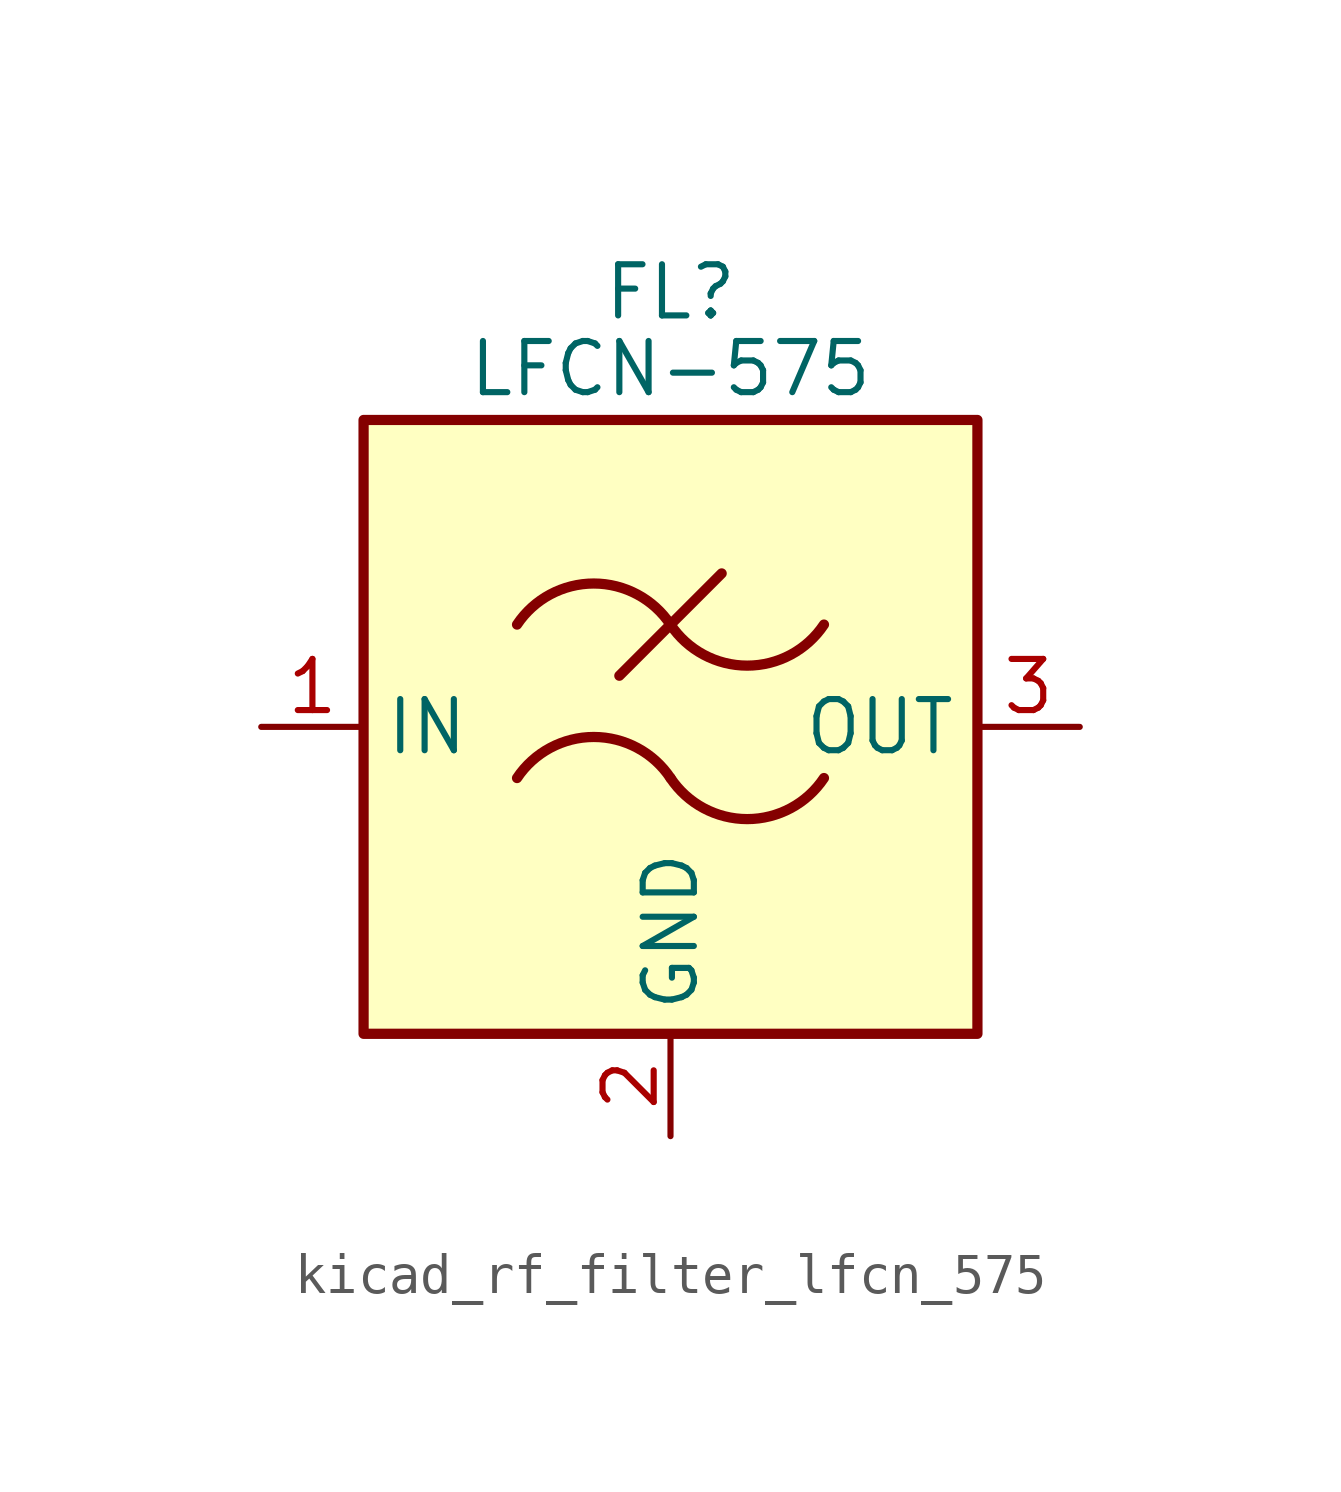
<source format=kicad_sym>
(kicad_symbol_lib
  (version 20220914)
  (generator kicad_symbol_editor)
  (symbol "kicad_rf_filter_lfcn_575"
    (property "Reference" "FL"
      (at 0 10.795 0)
      (effects (font (size 1.27 1.27))))
    (property "Value" "LFCN-575"
      (at 0 8.89 0)
      (effects (font (size 1.27 1.27))))
    (symbol "kicad_rf_filter_lfcn_575_0_1"
      (rectangle (start -7.62 7.62) (end 7.62 -7.62) (stroke (width 0.254) (type default)) (fill (type background)))
      (arc (start 0 -1.27) (mid -1.905 -0.2505) (end -3.81 -1.27) (stroke (width 0.254) (type default)) (fill (type none)))
      (arc (start 0 -1.27) (mid 1.905 -2.2895) (end 3.81 -1.27) (stroke (width 0.254) (type default)) (fill (type none)))
      (polyline (pts (xy -1.27 1.27) (xy 1.27 3.81)) (stroke (width 0.254) (type default)) (fill (type none)))
      (arc (start 0 2.54) (mid -1.905 3.5595) (end -3.81 2.54) (stroke (width 0.254) (type default)) (fill (type none)))
      (arc (start 0 2.54) (mid 1.905 1.5205) (end 3.81 2.54) (stroke (width 0.254) (type default)) (fill (type none))))
    (symbol "kicad_rf_filter_lfcn_575_1_1"
      (pin passive line (at -10.16 0 0) (length 2.54) (name "IN" (effects (font (size 1.27 1.27)))) (number "1" (effects (font (size 1.27 1.27)))))
      (pin passive line (at 0 -10.16 90) (length 2.54) (name "GND" (effects (font (size 1.27 1.27)))) (number "2" (effects (font (size 1.27 1.27)))))
      (pin passive line (at 10.16 0 180) (length 2.54) (name "OUT" (effects (font (size 1.27 1.27)))) (number "3" (effects (font (size 1.27 1.27)))))
      (pin passive line (at 0 -10.16 90) (length 2.54) hide (name "GND" (effects (font (size 1.27 1.27)))) (number "4" (effects (font (size 1.27 1.27))))))))
</source>
